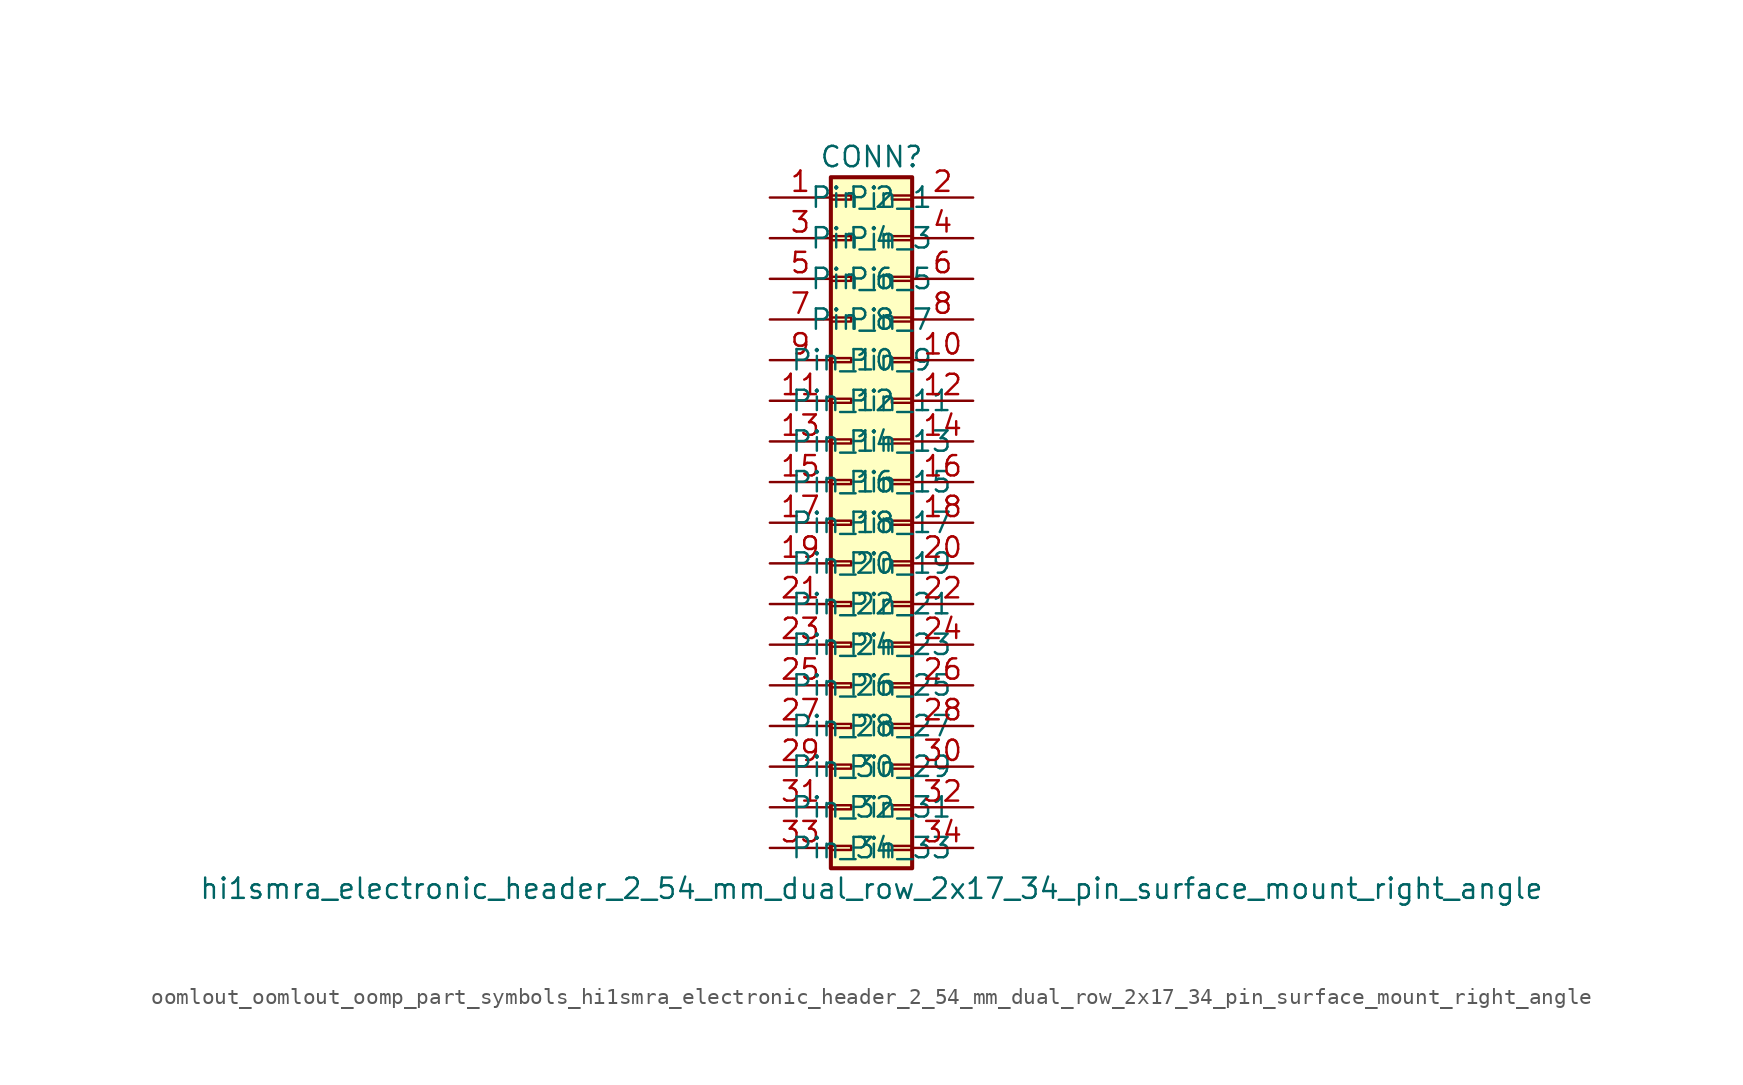
<source format=kicad_sym>
(kicad_symbol_lib
  (version 20220914)
  (generator kicad_symbol_editor)
  (symbol "oomlout_oomlout_oomp_part_symbols_hi1smra_electronic_header_2_54_mm_dual_row_2x17_34_pin_surface_mount_right_angle"
    (pin_names
      (offset 1.016))
    (property "Reference" "CONN"
      (at 1.27 22.86 0)
      (effects (font (size 1.27 1.27))))
    (property "Value" "hi1smra_electronic_header_2_54_mm_dual_row_2x17_34_pin_surface_mount_right_angle"
      (at 1.27 -22.86 0)
      (effects (font (size 1.27 1.27))))
    (symbol "oomlout_oomlout_oomp_part_symbols_hi1smra_electronic_header_2_54_mm_dual_row_2x17_34_pin_surface_mount_right_angle_1_1"
      (rectangle (start -1.27 -20.193) (end 0 -20.447) (stroke (width 0.152) (type default)) (fill (type none)))
      (rectangle (start -1.27 -17.653) (end 0 -17.907) (stroke (width 0.152) (type default)) (fill (type none)))
      (rectangle (start -1.27 -15.113) (end 0 -15.367) (stroke (width 0.152) (type default)) (fill (type none)))
      (rectangle (start -1.27 -12.573) (end 0 -12.827) (stroke (width 0.152) (type default)) (fill (type none)))
      (rectangle (start -1.27 -10.033) (end 0 -10.287) (stroke (width 0.152) (type default)) (fill (type none)))
      (rectangle (start -1.27 -7.493) (end 0 -7.747) (stroke (width 0.152) (type default)) (fill (type none)))
      (rectangle (start -1.27 -4.953) (end 0 -5.207) (stroke (width 0.152) (type default)) (fill (type none)))
      (rectangle (start -1.27 -2.413) (end 0 -2.667) (stroke (width 0.152) (type default)) (fill (type none)))
      (rectangle (start -1.27 0.127) (end 0 -0.127) (stroke (width 0.152) (type default)) (fill (type none)))
      (rectangle (start -1.27 2.667) (end 0 2.413) (stroke (width 0.152) (type default)) (fill (type none)))
      (rectangle (start -1.27 5.207) (end 0 4.953) (stroke (width 0.152) (type default)) (fill (type none)))
      (rectangle (start -1.27 7.747) (end 0 7.493) (stroke (width 0.152) (type default)) (fill (type none)))
      (rectangle (start -1.27 10.287) (end 0 10.033) (stroke (width 0.152) (type default)) (fill (type none)))
      (rectangle (start -1.27 12.827) (end 0 12.573) (stroke (width 0.152) (type default)) (fill (type none)))
      (rectangle (start -1.27 15.367) (end 0 15.113) (stroke (width 0.152) (type default)) (fill (type none)))
      (rectangle (start -1.27 17.907) (end 0 17.653) (stroke (width 0.152) (type default)) (fill (type none)))
      (rectangle (start -1.27 20.447) (end 0 20.193) (stroke (width 0.152) (type default)) (fill (type none)))
      (rectangle (start -1.27 21.59) (end 3.81 -21.59) (stroke (width 0.254) (type default)) (fill (type background)))
      (rectangle (start 3.81 -20.193) (end 2.54 -20.447) (stroke (width 0.152) (type default)) (fill (type none)))
      (rectangle (start 3.81 -17.653) (end 2.54 -17.907) (stroke (width 0.152) (type default)) (fill (type none)))
      (rectangle (start 3.81 -15.113) (end 2.54 -15.367) (stroke (width 0.152) (type default)) (fill (type none)))
      (rectangle (start 3.81 -12.573) (end 2.54 -12.827) (stroke (width 0.152) (type default)) (fill (type none)))
      (rectangle (start 3.81 -10.033) (end 2.54 -10.287) (stroke (width 0.152) (type default)) (fill (type none)))
      (rectangle (start 3.81 -7.493) (end 2.54 -7.747) (stroke (width 0.152) (type default)) (fill (type none)))
      (rectangle (start 3.81 -4.953) (end 2.54 -5.207) (stroke (width 0.152) (type default)) (fill (type none)))
      (rectangle (start 3.81 -2.413) (end 2.54 -2.667) (stroke (width 0.152) (type default)) (fill (type none)))
      (rectangle (start 3.81 0.127) (end 2.54 -0.127) (stroke (width 0.152) (type default)) (fill (type none)))
      (rectangle (start 3.81 2.667) (end 2.54 2.413) (stroke (width 0.152) (type default)) (fill (type none)))
      (rectangle (start 3.81 5.207) (end 2.54 4.953) (stroke (width 0.152) (type default)) (fill (type none)))
      (rectangle (start 3.81 7.747) (end 2.54 7.493) (stroke (width 0.152) (type default)) (fill (type none)))
      (rectangle (start 3.81 10.287) (end 2.54 10.033) (stroke (width 0.152) (type default)) (fill (type none)))
      (rectangle (start 3.81 12.827) (end 2.54 12.573) (stroke (width 0.152) (type default)) (fill (type none)))
      (rectangle (start 3.81 15.367) (end 2.54 15.113) (stroke (width 0.152) (type default)) (fill (type none)))
      (rectangle (start 3.81 17.907) (end 2.54 17.653) (stroke (width 0.152) (type default)) (fill (type none)))
      (rectangle (start 3.81 20.447) (end 2.54 20.193) (stroke (width 0.152) (type default)) (fill (type none)))
      (pin passive line (at -5.08 20.32 0) (length 3.81) (name "Pin_1" (effects (font (size 1.27 1.27)))) (number "1" (effects (font (size 1.27 1.27)))))
      (pin passive line (at 7.62 10.16 180) (length 3.81) (name "Pin_10" (effects (font (size 1.27 1.27)))) (number "10" (effects (font (size 1.27 1.27)))))
      (pin passive line (at -5.08 7.62 0) (length 3.81) (name "Pin_11" (effects (font (size 1.27 1.27)))) (number "11" (effects (font (size 1.27 1.27)))))
      (pin passive line (at 7.62 7.62 180) (length 3.81) (name "Pin_12" (effects (font (size 1.27 1.27)))) (number "12" (effects (font (size 1.27 1.27)))))
      (pin passive line (at -5.08 5.08 0) (length 3.81) (name "Pin_13" (effects (font (size 1.27 1.27)))) (number "13" (effects (font (size 1.27 1.27)))))
      (pin passive line (at 7.62 5.08 180) (length 3.81) (name "Pin_14" (effects (font (size 1.27 1.27)))) (number "14" (effects (font (size 1.27 1.27)))))
      (pin passive line (at -5.08 2.54 0) (length 3.81) (name "Pin_15" (effects (font (size 1.27 1.27)))) (number "15" (effects (font (size 1.27 1.27)))))
      (pin passive line (at 7.62 2.54 180) (length 3.81) (name "Pin_16" (effects (font (size 1.27 1.27)))) (number "16" (effects (font (size 1.27 1.27)))))
      (pin passive line (at -5.08 0 0) (length 3.81) (name "Pin_17" (effects (font (size 1.27 1.27)))) (number "17" (effects (font (size 1.27 1.27)))))
      (pin passive line (at 7.62 0 180) (length 3.81) (name "Pin_18" (effects (font (size 1.27 1.27)))) (number "18" (effects (font (size 1.27 1.27)))))
      (pin passive line (at -5.08 -2.54 0) (length 3.81) (name "Pin_19" (effects (font (size 1.27 1.27)))) (number "19" (effects (font (size 1.27 1.27)))))
      (pin passive line (at 7.62 20.32 180) (length 3.81) (name "Pin_2" (effects (font (size 1.27 1.27)))) (number "2" (effects (font (size 1.27 1.27)))))
      (pin passive line (at 7.62 -2.54 180) (length 3.81) (name "Pin_20" (effects (font (size 1.27 1.27)))) (number "20" (effects (font (size 1.27 1.27)))))
      (pin passive line (at -5.08 -5.08 0) (length 3.81) (name "Pin_21" (effects (font (size 1.27 1.27)))) (number "21" (effects (font (size 1.27 1.27)))))
      (pin passive line (at 7.62 -5.08 180) (length 3.81) (name "Pin_22" (effects (font (size 1.27 1.27)))) (number "22" (effects (font (size 1.27 1.27)))))
      (pin passive line (at -5.08 -7.62 0) (length 3.81) (name "Pin_23" (effects (font (size 1.27 1.27)))) (number "23" (effects (font (size 1.27 1.27)))))
      (pin passive line (at 7.62 -7.62 180) (length 3.81) (name "Pin_24" (effects (font (size 1.27 1.27)))) (number "24" (effects (font (size 1.27 1.27)))))
      (pin passive line (at -5.08 -10.16 0) (length 3.81) (name "Pin_25" (effects (font (size 1.27 1.27)))) (number "25" (effects (font (size 1.27 1.27)))))
      (pin passive line (at 7.62 -10.16 180) (length 3.81) (name "Pin_26" (effects (font (size 1.27 1.27)))) (number "26" (effects (font (size 1.27 1.27)))))
      (pin passive line (at -5.08 -12.7 0) (length 3.81) (name "Pin_27" (effects (font (size 1.27 1.27)))) (number "27" (effects (font (size 1.27 1.27)))))
      (pin passive line (at 7.62 -12.7 180) (length 3.81) (name "Pin_28" (effects (font (size 1.27 1.27)))) (number "28" (effects (font (size 1.27 1.27)))))
      (pin passive line (at -5.08 -15.24 0) (length 3.81) (name "Pin_29" (effects (font (size 1.27 1.27)))) (number "29" (effects (font (size 1.27 1.27)))))
      (pin passive line (at -5.08 17.78 0) (length 3.81) (name "Pin_3" (effects (font (size 1.27 1.27)))) (number "3" (effects (font (size 1.27 1.27)))))
      (pin passive line (at 7.62 -15.24 180) (length 3.81) (name "Pin_30" (effects (font (size 1.27 1.27)))) (number "30" (effects (font (size 1.27 1.27)))))
      (pin passive line (at -5.08 -17.78 0) (length 3.81) (name "Pin_31" (effects (font (size 1.27 1.27)))) (number "31" (effects (font (size 1.27 1.27)))))
      (pin passive line (at 7.62 -17.78 180) (length 3.81) (name "Pin_32" (effects (font (size 1.27 1.27)))) (number "32" (effects (font (size 1.27 1.27)))))
      (pin passive line (at -5.08 -20.32 0) (length 3.81) (name "Pin_33" (effects (font (size 1.27 1.27)))) (number "33" (effects (font (size 1.27 1.27)))))
      (pin passive line (at 7.62 -20.32 180) (length 3.81) (name "Pin_34" (effects (font (size 1.27 1.27)))) (number "34" (effects (font (size 1.27 1.27)))))
      (pin passive line (at 7.62 17.78 180) (length 3.81) (name "Pin_4" (effects (font (size 1.27 1.27)))) (number "4" (effects (font (size 1.27 1.27)))))
      (pin passive line (at -5.08 15.24 0) (length 3.81) (name "Pin_5" (effects (font (size 1.27 1.27)))) (number "5" (effects (font (size 1.27 1.27)))))
      (pin passive line (at 7.62 15.24 180) (length 3.81) (name "Pin_6" (effects (font (size 1.27 1.27)))) (number "6" (effects (font (size 1.27 1.27)))))
      (pin passive line (at -5.08 12.7 0) (length 3.81) (name "Pin_7" (effects (font (size 1.27 1.27)))) (number "7" (effects (font (size 1.27 1.27)))))
      (pin passive line (at 7.62 12.7 180) (length 3.81) (name "Pin_8" (effects (font (size 1.27 1.27)))) (number "8" (effects (font (size 1.27 1.27)))))
      (pin passive line (at -5.08 10.16 0) (length 3.81) (name "Pin_9" (effects (font (size 1.27 1.27)))) (number "9" (effects (font (size 1.27 1.27))))))))
</source>
